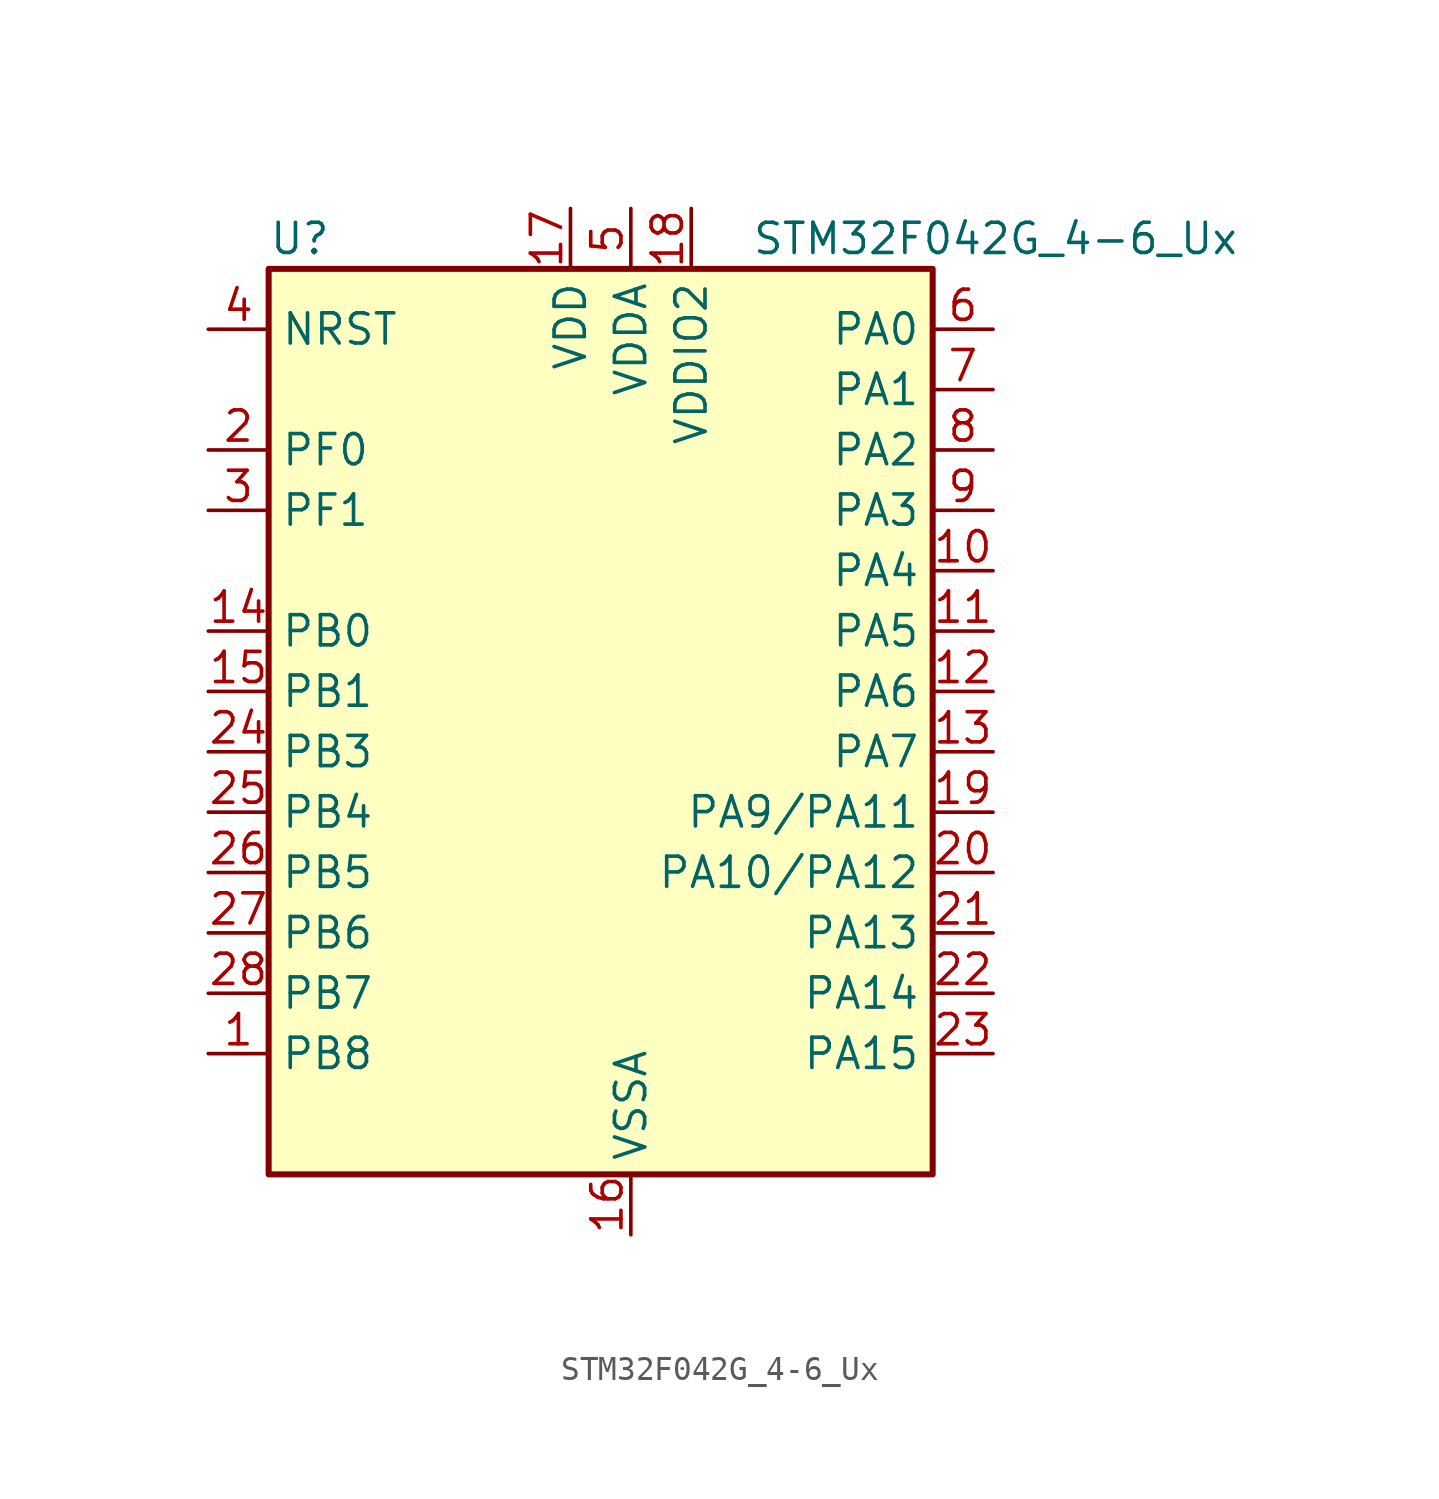
<source format=kicad_sym>
(kicad_symbol_lib
  (version 20231120)
  (generator "kicad_symbol_editor")
  (generator_version "8.0")
  (symbol "STM32F042G_4-6_Ux"
    (property "Reference" "U"
      (at -12.7 21.59 0)
      (effects (font (size 1.27 1.27)) (justify left)))
    (property "Value" "STM32F042G_4-6_Ux"
      (at 7.62 21.59 0)
      (effects (font (size 1.27 1.27)) (justify left)))
    (property "ki_locked" ""
      (at 0 0 0)
      (effects (font (size 1.27 1.27))))
    (symbol "STM32F042G_4-6_Ux_0_1"
      (rectangle (start -12.7 -17.78) (end 15.24 20.32) (stroke (width 0.254) (type default)) (fill (type background))))
    (symbol "STM32F042G_4-6_Ux_1_1"
      (pin bidirectional line (at -15.24 -12.7 0) (length 2.54) (name "PB8" (effects (font (size 1.27 1.27)))) (number "1" (effects (font (size 1.27 1.27)))) (alternate "CAN_RX" bidirectional line) (alternate "CEC" bidirectional line) (alternate "I2C1_SCL" bidirectional line) (alternate "TIM16_CH1" bidirectional line) (alternate "TSC_SYNC" bidirectional line))
      (pin bidirectional line (at 17.78 7.62 180) (length 2.54) (name "PA4" (effects (font (size 1.27 1.27)))) (number "10" (effects (font (size 1.27 1.27)))) (alternate "ADC_IN4" bidirectional line) (alternate "I2S1_WS" bidirectional line) (alternate "SPI1_NSS" bidirectional line) (alternate "TIM14_CH1" bidirectional line) (alternate "TSC_G2_IO1" bidirectional line) (alternate "USART2_CK" bidirectional line) (alternate "USB_NOE" bidirectional line))
      (pin bidirectional line (at 17.78 5.08 180) (length 2.54) (name "PA5" (effects (font (size 1.27 1.27)))) (number "11" (effects (font (size 1.27 1.27)))) (alternate "ADC_IN5" bidirectional line) (alternate "CEC" bidirectional line) (alternate "I2S1_CK" bidirectional line) (alternate "SPI1_SCK" bidirectional line) (alternate "TIM2_CH1" bidirectional line) (alternate "TIM2_ETR" bidirectional line) (alternate "TSC_G2_IO2" bidirectional line))
      (pin bidirectional line (at 17.78 2.54 180) (length 2.54) (name "PA6" (effects (font (size 1.27 1.27)))) (number "12" (effects (font (size 1.27 1.27)))) (alternate "ADC_IN6" bidirectional line) (alternate "I2S1_MCK" bidirectional line) (alternate "SPI1_MISO" bidirectional line) (alternate "TIM16_CH1" bidirectional line) (alternate "TIM1_BKIN" bidirectional line) (alternate "TIM3_CH1" bidirectional line) (alternate "TSC_G2_IO3" bidirectional line))
      (pin bidirectional line (at 17.78 0 180) (length 2.54) (name "PA7" (effects (font (size 1.27 1.27)))) (number "13" (effects (font (size 1.27 1.27)))) (alternate "ADC_IN7" bidirectional line) (alternate "I2S1_SD" bidirectional line) (alternate "SPI1_MOSI" bidirectional line) (alternate "TIM14_CH1" bidirectional line) (alternate "TIM17_CH1" bidirectional line) (alternate "TIM1_CH1N" bidirectional line) (alternate "TIM3_CH2" bidirectional line) (alternate "TSC_G2_IO4" bidirectional line))
      (pin bidirectional line (at -15.24 5.08 0) (length 2.54) (name "PB0" (effects (font (size 1.27 1.27)))) (number "14" (effects (font (size 1.27 1.27)))) (alternate "ADC_IN8" bidirectional line) (alternate "TIM1_CH2N" bidirectional line) (alternate "TIM3_CH3" bidirectional line) (alternate "TSC_G3_IO2" bidirectional line))
      (pin bidirectional line (at -15.24 2.54 0) (length 2.54) (name "PB1" (effects (font (size 1.27 1.27)))) (number "15" (effects (font (size 1.27 1.27)))) (alternate "ADC_IN9" bidirectional line) (alternate "TIM14_CH1" bidirectional line) (alternate "TIM1_CH3N" bidirectional line) (alternate "TIM3_CH4" bidirectional line) (alternate "TSC_G3_IO3" bidirectional line))
      (pin power_in line (at 2.54 -20.32 90) (length 2.54) (name "VSSA" (effects (font (size 1.27 1.27)))) (number "16" (effects (font (size 1.27 1.27)))))
      (pin power_in line (at 0 22.86 270) (length 2.54) (name "VDD" (effects (font (size 1.27 1.27)))) (number "17" (effects (font (size 1.27 1.27)))))
      (pin power_in line (at 5.08 22.86 270) (length 2.54) (name "VDDIO2" (effects (font (size 1.27 1.27)))) (number "18" (effects (font (size 1.27 1.27)))))
      (pin bidirectional line (at 17.78 -2.54 180) (length 2.54) (name "PA9/PA11" (effects (font (size 1.27 1.27)))) (number "19" (effects (font (size 1.27 1.27)))) (alternate "I2C1_SCL" bidirectional line) (alternate "TIM1_CH2" bidirectional line) (alternate "TSC_G4_IO1" bidirectional line) (alternate "USART1_TX" bidirectional line))
      (pin bidirectional line (at -15.24 12.7 0) (length 2.54) (name "PF0" (effects (font (size 1.27 1.27)))) (number "2" (effects (font (size 1.27 1.27)))) (alternate "CRS_SYNC" bidirectional line) (alternate "I2C1_SDA" bidirectional line) (alternate "RCC_OSC_IN" bidirectional line))
      (pin bidirectional line (at 17.78 -5.08 180) (length 2.54) (name "PA10/PA12" (effects (font (size 1.27 1.27)))) (number "20" (effects (font (size 1.27 1.27)))) (alternate "I2C1_SDA" bidirectional line) (alternate "TIM17_BKIN" bidirectional line) (alternate "TIM1_CH3" bidirectional line) (alternate "TSC_G4_IO2" bidirectional line) (alternate "USART1_RX" bidirectional line))
      (pin bidirectional line (at 17.78 -7.62 180) (length 2.54) (name "PA13" (effects (font (size 1.27 1.27)))) (number "21" (effects (font (size 1.27 1.27)))) (alternate "IR_OUT" bidirectional line) (alternate "SYS_SWDIO" bidirectional line) (alternate "USB_NOE" bidirectional line))
      (pin bidirectional line (at 17.78 -10.16 180) (length 2.54) (name "PA14" (effects (font (size 1.27 1.27)))) (number "22" (effects (font (size 1.27 1.27)))) (alternate "SYS_SWCLK" bidirectional line) (alternate "USART2_TX" bidirectional line))
      (pin bidirectional line (at 17.78 -12.7 180) (length 2.54) (name "PA15" (effects (font (size 1.27 1.27)))) (number "23" (effects (font (size 1.27 1.27)))) (alternate "I2S1_WS" bidirectional line) (alternate "SPI1_NSS" bidirectional line) (alternate "TIM2_CH1" bidirectional line) (alternate "TIM2_ETR" bidirectional line) (alternate "USART2_RX" bidirectional line) (alternate "USB_NOE" bidirectional line))
      (pin bidirectional line (at -15.24 0 0) (length 2.54) (name "PB3" (effects (font (size 1.27 1.27)))) (number "24" (effects (font (size 1.27 1.27)))) (alternate "I2S1_CK" bidirectional line) (alternate "SPI1_SCK" bidirectional line) (alternate "TIM2_CH2" bidirectional line) (alternate "TSC_G5_IO1" bidirectional line))
      (pin bidirectional line (at -15.24 -2.54 0) (length 2.54) (name "PB4" (effects (font (size 1.27 1.27)))) (number "25" (effects (font (size 1.27 1.27)))) (alternate "I2S1_MCK" bidirectional line) (alternate "SPI1_MISO" bidirectional line) (alternate "TIM17_BKIN" bidirectional line) (alternate "TIM3_CH1" bidirectional line) (alternate "TSC_G5_IO2" bidirectional line))
      (pin bidirectional line (at -15.24 -5.08 0) (length 2.54) (name "PB5" (effects (font (size 1.27 1.27)))) (number "26" (effects (font (size 1.27 1.27)))) (alternate "I2C1_SMBA" bidirectional line) (alternate "I2S1_SD" bidirectional line) (alternate "SPI1_MOSI" bidirectional line) (alternate "SYS_WKUP6" bidirectional line) (alternate "TIM16_BKIN" bidirectional line) (alternate "TIM3_CH2" bidirectional line))
      (pin bidirectional line (at -15.24 -7.62 0) (length 2.54) (name "PB6" (effects (font (size 1.27 1.27)))) (number "27" (effects (font (size 1.27 1.27)))) (alternate "I2C1_SCL" bidirectional line) (alternate "TIM16_CH1N" bidirectional line) (alternate "TSC_G5_IO3" bidirectional line) (alternate "USART1_TX" bidirectional line))
      (pin bidirectional line (at -15.24 -10.16 0) (length 2.54) (name "PB7" (effects (font (size 1.27 1.27)))) (number "28" (effects (font (size 1.27 1.27)))) (alternate "I2C1_SDA" bidirectional line) (alternate "TIM17_CH1N" bidirectional line) (alternate "TSC_G5_IO4" bidirectional line) (alternate "USART1_RX" bidirectional line))
      (pin bidirectional line (at -15.24 10.16 0) (length 2.54) (name "PF1" (effects (font (size 1.27 1.27)))) (number "3" (effects (font (size 1.27 1.27)))) (alternate "I2C1_SCL" bidirectional line) (alternate "RCC_OSC_OUT" bidirectional line))
      (pin input line (at -15.24 17.78 0) (length 2.54) (name "NRST" (effects (font (size 1.27 1.27)))) (number "4" (effects (font (size 1.27 1.27)))))
      (pin power_in line (at 2.54 22.86 270) (length 2.54) (name "VDDA" (effects (font (size 1.27 1.27)))) (number "5" (effects (font (size 1.27 1.27)))))
      (pin bidirectional line (at 17.78 17.78 180) (length 2.54) (name "PA0" (effects (font (size 1.27 1.27)))) (number "6" (effects (font (size 1.27 1.27)))) (alternate "ADC_IN0" bidirectional line) (alternate "RTC_TAMP2" bidirectional line) (alternate "SYS_WKUP1" bidirectional line) (alternate "TIM2_CH1" bidirectional line) (alternate "TIM2_ETR" bidirectional line) (alternate "TSC_G1_IO1" bidirectional line) (alternate "USART2_CTS" bidirectional line))
      (pin bidirectional line (at 17.78 15.24 180) (length 2.54) (name "PA1" (effects (font (size 1.27 1.27)))) (number "7" (effects (font (size 1.27 1.27)))) (alternate "ADC_IN1" bidirectional line) (alternate "TIM2_CH2" bidirectional line) (alternate "TSC_G1_IO2" bidirectional line) (alternate "USART2_DE" bidirectional line) (alternate "USART2_RTS" bidirectional line))
      (pin bidirectional line (at 17.78 12.7 180) (length 2.54) (name "PA2" (effects (font (size 1.27 1.27)))) (number "8" (effects (font (size 1.27 1.27)))) (alternate "ADC_IN2" bidirectional line) (alternate "SYS_WKUP4" bidirectional line) (alternate "TIM2_CH3" bidirectional line) (alternate "TSC_G1_IO3" bidirectional line) (alternate "USART2_TX" bidirectional line))
      (pin bidirectional line (at 17.78 10.16 180) (length 2.54) (name "PA3" (effects (font (size 1.27 1.27)))) (number "9" (effects (font (size 1.27 1.27)))) (alternate "ADC_IN3" bidirectional line) (alternate "TIM2_CH4" bidirectional line) (alternate "TSC_G1_IO4" bidirectional line) (alternate "USART2_RX" bidirectional line)))))
</source>
